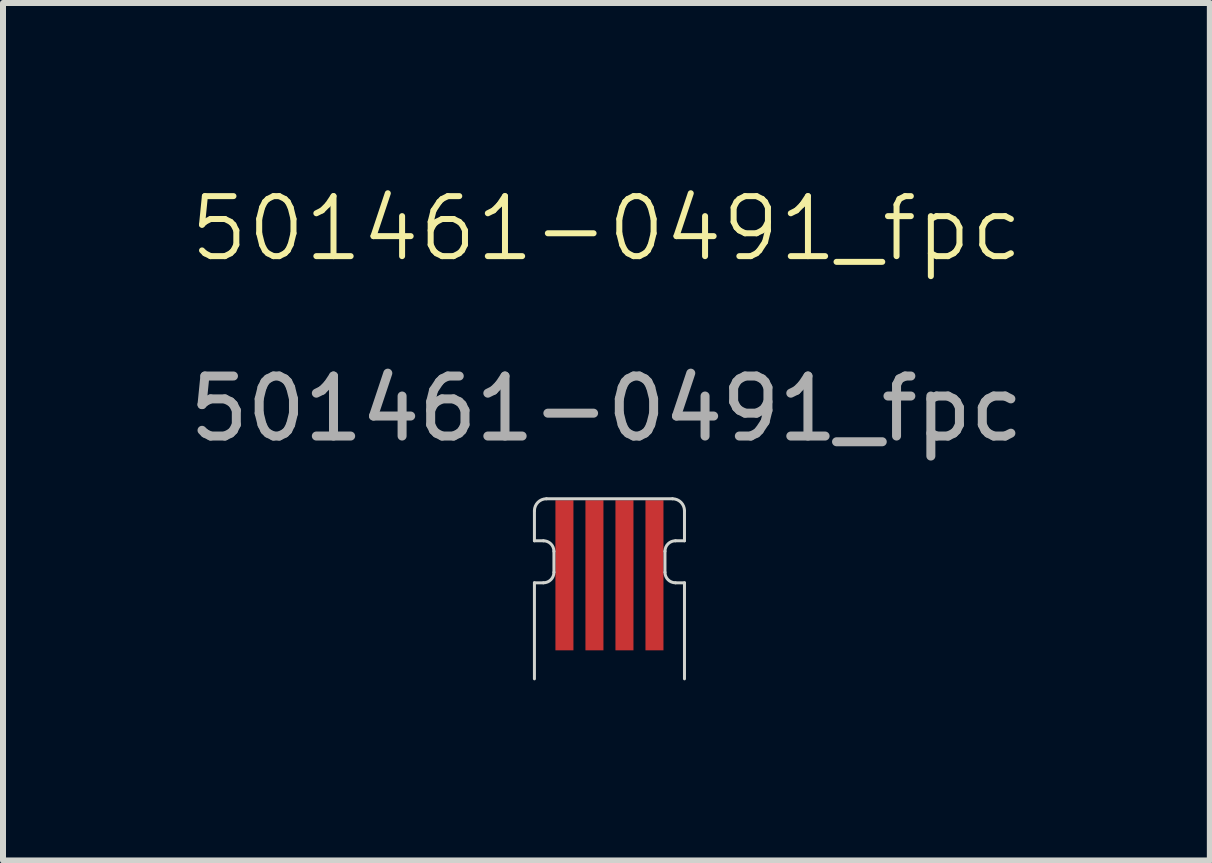
<source format=kicad_pcb>
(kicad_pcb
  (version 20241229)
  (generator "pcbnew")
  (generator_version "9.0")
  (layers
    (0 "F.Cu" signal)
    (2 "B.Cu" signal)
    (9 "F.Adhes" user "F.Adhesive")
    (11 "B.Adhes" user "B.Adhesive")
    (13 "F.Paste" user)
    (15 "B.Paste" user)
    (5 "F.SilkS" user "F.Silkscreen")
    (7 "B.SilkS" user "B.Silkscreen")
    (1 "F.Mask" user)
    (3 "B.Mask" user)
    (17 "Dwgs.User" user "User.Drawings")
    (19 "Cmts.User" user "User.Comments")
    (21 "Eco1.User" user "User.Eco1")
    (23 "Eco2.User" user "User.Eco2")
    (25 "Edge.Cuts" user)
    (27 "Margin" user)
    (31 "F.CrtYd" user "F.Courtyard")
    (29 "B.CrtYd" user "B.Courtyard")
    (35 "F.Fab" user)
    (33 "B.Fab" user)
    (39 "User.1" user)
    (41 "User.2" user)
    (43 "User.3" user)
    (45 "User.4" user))
  (footprint "501461-0491_fpc"
    (layer "F.Cu")
    (at 7.054 1.26)
    (property "Reference" "501461-0491_fpc" (at 0 -0.5 0) (unlocked yes) (layer "F.SilkS") (effects (font (size 1 1) (thickness 0.1))))
    (attr smd)
    (fp_line (start -1.2 4.7) (end -1.2 4.2) (stroke (width 0.05) (type default)) (layer "Edge.Cuts"))
    (fp_line (start -1.2 4.7) (end -1.05 4.7) (stroke (width 0.05) (type default)) (layer "Edge.Cuts"))
    (fp_line (start -1.2 5.4) (end -1.2 7) (stroke (width 0.05) (type default)) (layer "Edge.Cuts"))
    (fp_line (start -1.05 5.4) (end -1.2 5.4) (stroke (width 0.05) (type default)) (layer "Edge.Cuts"))
    (fp_line (start -1 4) (end 1.1 4) (stroke (width 0.05) (type default)) (layer "Edge.Cuts"))
    (fp_line (start -0.875 4.875) (end -0.875 5.225) (stroke (width 0.05) (type default)) (layer "Edge.Cuts"))
    (fp_line (start 0.975 5.225) (end 0.975 4.875) (stroke (width 0.05) (type default)) (layer "Edge.Cuts"))
    (fp_line (start 1.15 4.7) (end 1.3 4.7) (stroke (width 0.05) (type default)) (layer "Edge.Cuts"))
    (fp_line (start 1.3 4.2) (end 1.3 4.7) (stroke (width 0.05) (type default)) (layer "Edge.Cuts"))
    (fp_line (start 1.3 5.4) (end 1.15 5.4) (stroke (width 0.05) (type default)) (layer "Edge.Cuts"))
    (fp_line (start 1.3 5.4) (end 1.3 7) (stroke (width 0.05) (type default)) (layer "Edge.Cuts"))
    (fp_arc (start -1.2 4.2) (mid -1.141421 4.058579) (end -1 4) (stroke (width 0.05) (type default)) (layer "Edge.Cuts"))
    (fp_arc (start -1.05 4.7) (mid -0.926256 4.751256) (end -0.875 4.875) (stroke (width 0.05) (type default)) (layer "Edge.Cuts"))
    (fp_arc (start -0.875 5.225) (mid -0.926256 5.348744) (end -1.05 5.4) (stroke (width 0.05) (type default)) (layer "Edge.Cuts"))
    (fp_arc (start 0.975 4.875) (mid 1.026256 4.751256) (end 1.15 4.7) (stroke (width 0.05) (type default)) (layer "Edge.Cuts"))
    (fp_arc (start 1.1 4) (mid 1.241421 4.058579) (end 1.3 4.2) (stroke (width 0.05) (type default)) (layer "Edge.Cuts"))
    (fp_arc (start 1.15 5.4) (mid 1.026256 5.348744) (end 0.975 5.225) (stroke (width 0.05) (type default)) (layer "Edge.Cuts"))
    (fp_text user "${REFERENCE}" (at 0 2.5 0) (unlocked yes) (layer "F.Fab") (effects (font (size 1 1) (thickness 0.15))))
    (pad "1" smd rect (at 0.8 5.275) (size 0.3 2.5) (layers "F.Cu" "F.Mask" "F.Paste"))
    (pad "2" smd rect (at 0.3 5.275) (size 0.3 2.5) (layers "F.Cu" "F.Mask" "F.Paste"))
    (pad "3" smd rect (at -0.2 5.275) (size 0.3 2.5) (layers "F.Cu" "F.Mask" "F.Paste"))
    (pad "4" smd rect (at -0.7 5.275) (size 0.3 2.5) (layers "F.Cu" "F.Mask" "F.Paste")))
  (gr_rect
    (start -3 -3)
    (end 17.107 11.286)
    (stroke (width 0.1) (type default))
    (fill no)
    (layer "Edge.Cuts")))
</source>
